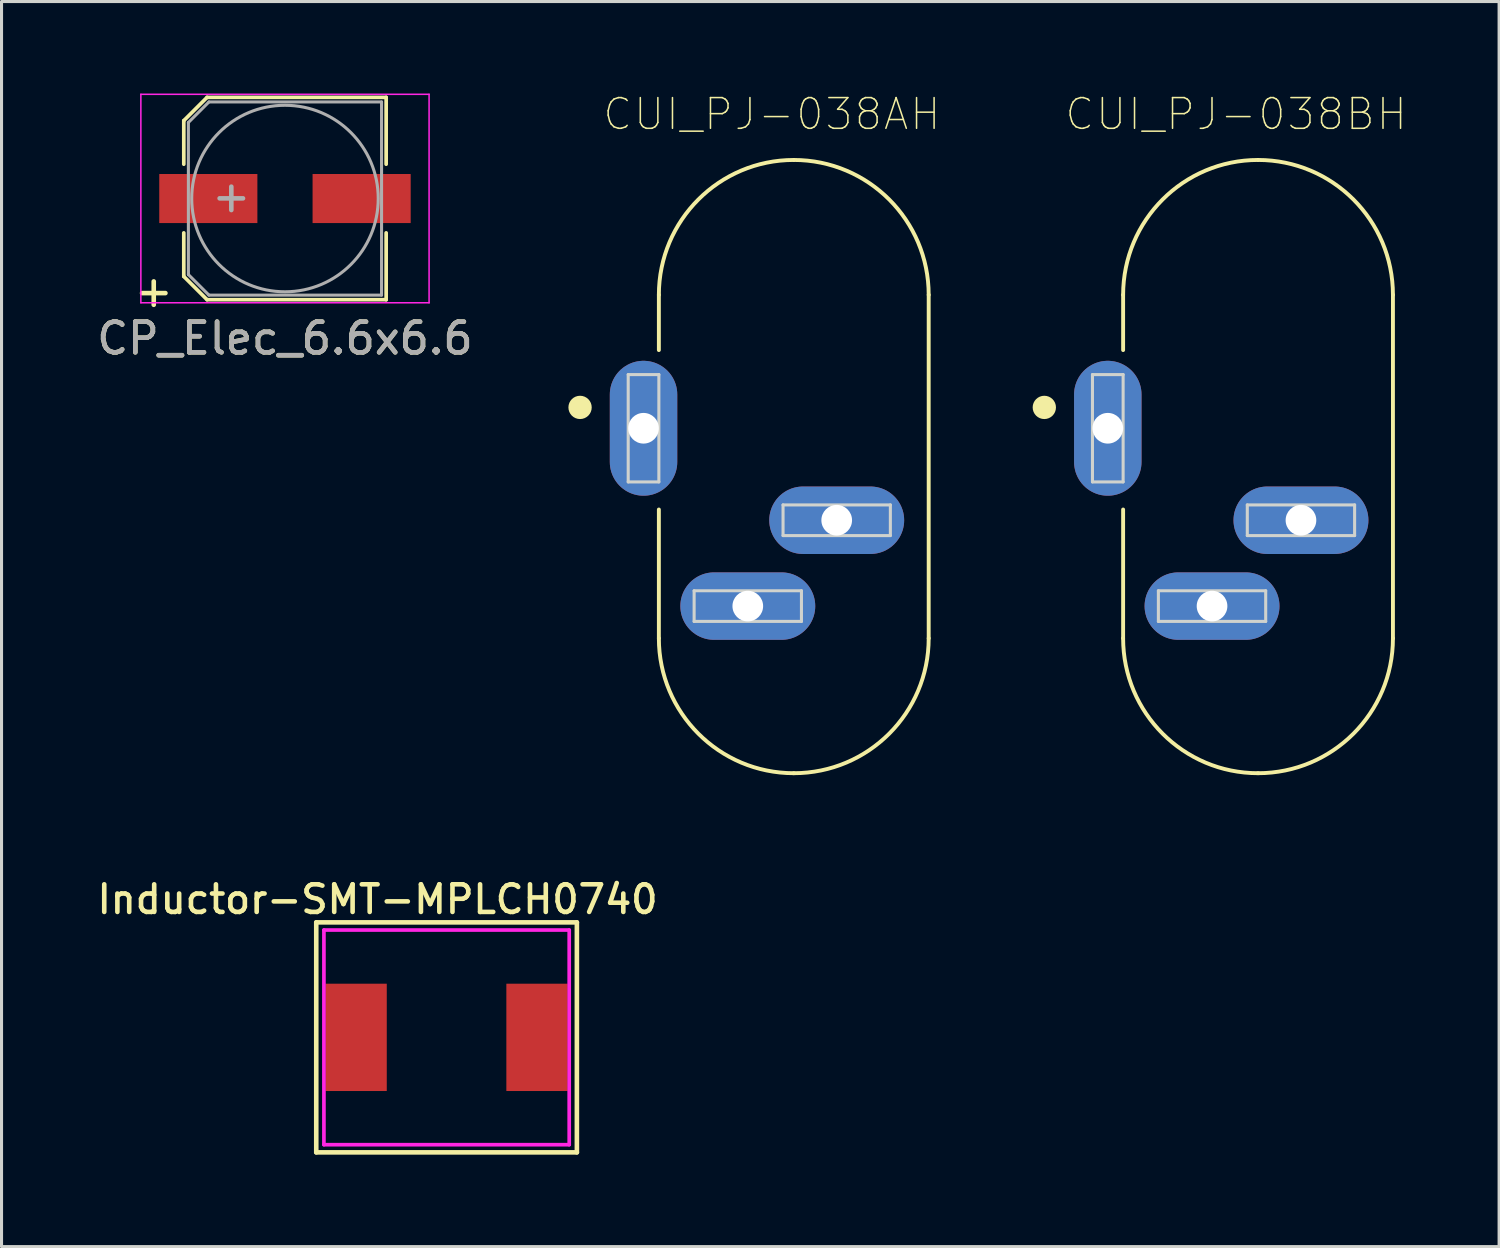
<source format=kicad_pcb>
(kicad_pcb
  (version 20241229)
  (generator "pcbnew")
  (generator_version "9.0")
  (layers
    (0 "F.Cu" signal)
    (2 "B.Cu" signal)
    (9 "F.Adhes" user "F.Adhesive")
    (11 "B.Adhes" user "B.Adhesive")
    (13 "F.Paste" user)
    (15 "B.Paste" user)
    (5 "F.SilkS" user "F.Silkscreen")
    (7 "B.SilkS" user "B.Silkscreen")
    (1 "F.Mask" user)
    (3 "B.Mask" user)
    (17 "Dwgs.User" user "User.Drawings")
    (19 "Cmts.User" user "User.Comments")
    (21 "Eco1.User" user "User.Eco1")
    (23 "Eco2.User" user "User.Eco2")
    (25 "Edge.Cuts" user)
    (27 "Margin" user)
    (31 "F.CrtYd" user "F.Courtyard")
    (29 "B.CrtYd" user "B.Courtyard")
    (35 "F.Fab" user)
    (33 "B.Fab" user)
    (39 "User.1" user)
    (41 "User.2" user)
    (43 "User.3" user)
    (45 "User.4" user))
  (footprint "CUI_PJ-038BH"
    (layer "F.Cu")
    (at 37.979 12.167)
    (property "Reference" "CUI_PJ-038BH" (at -0.715 -11.494 0) (layer "F.SilkS") (effects (font (size 1.001 1.001) (thickness 0.05))))
    (attr through_hole)
    (fp_line (start -4.4 -3.8) (end -4.4 -5.6) (stroke (width 0.127) (type solid)) (layer "F.SilkS"))
    (fp_line (start -4.4 5.6) (end -4.4 1.4) (stroke (width 0.127) (type solid)) (layer "F.SilkS"))
    (fp_line (start 4.4 -5.6) (end 4.4 5.6) (stroke (width 0.127) (type solid)) (layer "F.SilkS"))
    (fp_arc (start -4.4 -5.6) (mid -3.11127 -8.71127) (end 0 -10) (stroke (width 0.127) (type solid)) (layer "F.SilkS"))
    (fp_arc (start 0 -10) (mid 3.11127 -8.71127) (end 4.4 -5.6) (stroke (width 0.127) (type solid)) (layer "F.SilkS"))
    (fp_arc (start 0 10) (mid -3.11127 8.71127) (end -4.4 5.6) (stroke (width 0.127) (type solid)) (layer "F.SilkS"))
    (fp_arc (start 4.4 5.6) (mid 3.11127 8.71127) (end 0 10) (stroke (width 0.127) (type solid)) (layer "F.SilkS"))
    (fp_circle (center -6.97 -1.93) (end -6.78 -1.93) (stroke (width 0.38) (type solid)) (fill no) (layer "F.SilkS"))
    (fp_line (start -6.25 -3.7) (end -4.65 -3.7) (stroke (width 0.05) (type solid)) (layer "Eco1.User"))
    (fp_line (start -6.25 1.2) (end -6.25 -3.7) (stroke (width 0.05) (type solid)) (layer "Eco1.User"))
    (fp_line (start -4.65 -3.7) (end -4.65 -5.6) (stroke (width 0.05) (type solid)) (layer "Eco1.User"))
    (fp_line (start -4.65 1.2) (end -6.25 1.2) (stroke (width 0.05) (type solid)) (layer "Eco1.User"))
    (fp_line (start -4.65 5.65) (end -4.65 1.2) (stroke (width 0.05) (type solid)) (layer "Eco1.User"))
    (fp_line (start 4.65 -5.6) (end 4.65 5.65) (stroke (width 0.05) (type solid)) (layer "Eco1.User"))
    (fp_arc (start -4.65 -5.6) (mid -3.288047 -8.888047) (end 0 -10.25) (stroke (width 0.05) (type solid)) (layer "Eco1.User"))
    (fp_arc (start 0 -10.25) (mid 3.288047 -8.888047) (end 4.65 -5.6) (stroke (width 0.05) (type solid)) (layer "Eco1.User"))
    (fp_arc (start 0 10.3) (mid -3.288047 8.938047) (end -4.65 5.65) (stroke (width 0.05) (type solid)) (layer "Eco1.User"))
    (fp_arc (start 4.65 5.65) (mid 3.288047 8.938047) (end 0 10.3) (stroke (width 0.05) (type solid)) (layer "Eco1.User"))
    (fp_line (start -4.4 5.6) (end -4.4 -5.6) (stroke (width 0.127) (type solid)) (layer "Eco2.User"))
    (fp_line (start 4.4 -5.6) (end 4.4 5.6) (stroke (width 0.127) (type solid)) (layer "Eco2.User"))
    (fp_arc (start -4.4 -5.6) (mid -3.11127 -8.71127) (end 0 -10) (stroke (width 0.127) (type solid)) (layer "Eco2.User"))
    (fp_arc (start 0 -10) (mid 3.11127 -8.71127) (end 4.4 -5.6) (stroke (width 0.127) (type solid)) (layer "Eco2.User"))
    (fp_arc (start 0 10) (mid -3.11127 8.71127) (end -4.4 5.6) (stroke (width 0.127) (type solid)) (layer "Eco2.User"))
    (fp_arc (start 4.4 5.6) (mid 3.11127 8.71127) (end 0 10) (stroke (width 0.127) (type solid)) (layer "Eco2.User"))
    (fp_circle (center 0 -7.75) (end 1.25 -7.75) (stroke (width 0.127) (type solid)) (fill no) (layer "Eco2.User"))
    (fp_circle (center 0 -1.25) (end 1.25 -1.25) (stroke (width 0.127) (type solid)) (fill no) (layer "Eco2.User"))
    (fp_circle (center 0 -1.25) (end 1.6 -1.25) (stroke (width 0.127) (type solid)) (fill no) (layer "Eco2.User"))
    (fp_circle (center 0 -1.25) (end 3.1 -1.25) (stroke (width 0.127) (type solid)) (fill no) (layer "Eco2.User"))
    (fp_circle (center 0 7.75) (end 1.25 7.75) (stroke (width 0.127) (type solid)) (fill no) (layer "Eco2.User"))
    (fp_line (start -5.4 -3) (end -4.4 -3) (stroke (width 0.1) (type solid)) (layer "Edge.Cuts"))
    (fp_line (start -5.4 0.5) (end -5.4 -3) (stroke (width 0.1) (type solid)) (layer "Edge.Cuts"))
    (fp_line (start -4.4 -3) (end -4.4 0.5) (stroke (width 0.1) (type solid)) (layer "Edge.Cuts"))
    (fp_line (start -4.4 0.5) (end -5.4 0.5) (stroke (width 0.1) (type solid)) (layer "Edge.Cuts"))
    (fp_line (start -3.25 4.05) (end 0.25 4.05) (stroke (width 0.1) (type solid)) (layer "Edge.Cuts"))
    (fp_line (start -3.25 5.05) (end -3.25 4.05) (stroke (width 0.1) (type solid)) (layer "Edge.Cuts"))
    (fp_line (start -0.35 1.25) (end 3.15 1.25) (stroke (width 0.1) (type solid)) (layer "Edge.Cuts"))
    (fp_line (start -0.35 2.25) (end -0.35 1.25) (stroke (width 0.1) (type solid)) (layer "Edge.Cuts"))
    (fp_line (start 0.25 4.05) (end 0.25 5.05) (stroke (width 0.1) (type solid)) (layer "Edge.Cuts"))
    (fp_line (start 0.25 5.05) (end -3.25 5.05) (stroke (width 0.1) (type solid)) (layer "Edge.Cuts"))
    (fp_line (start 3.15 1.25) (end 3.15 2.25) (stroke (width 0.1) (type solid)) (layer "Edge.Cuts"))
    (fp_line (start 3.15 2.25) (end -0.35 2.25) (stroke (width 0.1) (type solid)) (layer "Edge.Cuts"))
    (pad "1" thru_hole oval (at -4.9 -1.25 90) (size 4.4 2.2) (drill 1) (layers "*.Cu" "*.Mask"))
    (pad "2" thru_hole oval (at -1.5 4.55 180) (size 4.4 2.2) (drill 1) (layers "*.Cu" "*.Mask"))
    (pad "3" thru_hole oval (at 1.4 1.75 180) (size 4.4 2.2) (drill 1) (layers "*.Cu" "*.Mask")))
  (footprint "Inductor-SMT-MPLCH0740"
    (layer "F.Cu")
    (at 11.514 30.782)
    (property "Reference" "Inductor-SMT-MPLCH0740" (at -2.25 -4.5 0) (layer "F.SilkS") (effects (font (size 0.9 0.9) (thickness 0.15))))
    (attr through_hole)
    (fp_line (start -4.25 -3.75) (end -4.25 3.75) (stroke (width 0.15) (type solid)) (layer "F.SilkS"))
    (fp_line (start -4.25 3.75) (end 4.25 3.75) (stroke (width 0.15) (type solid)) (layer "F.SilkS"))
    (fp_line (start 4.25 -3.75) (end -4.25 -3.75) (stroke (width 0.15) (type solid)) (layer "F.SilkS"))
    (fp_line (start 4.25 3.75) (end 4.25 -3.75) (stroke (width 0.15) (type solid)) (layer "F.SilkS"))
    (fp_line (start -4 -3.5) (end -4 3.5) (stroke (width 0.12) (type solid)) (layer "F.CrtYd"))
    (fp_line (start -4 3.5) (end 4 3.5) (stroke (width 0.12) (type solid)) (layer "F.CrtYd"))
    (fp_line (start 4 -3.5) (end -4 -3.5) (stroke (width 0.12) (type solid)) (layer "F.CrtYd"))
    (fp_line (start 4 3.5) (end 4 -3.5) (stroke (width 0.12) (type solid)) (layer "F.CrtYd"))
    (pad "1" smd rect (at -2.95 0) (size 2 3.5) (layers "F.Cu" "F.Mask" "F.Paste"))
    (pad "2" smd rect (at 2.95 0) (size 2 3.5) (layers "F.Cu" "F.Mask" "F.Paste")))
  (footprint "CP_Elec_6.6x6.6"
    (layer "F.Cu")
    (at 6.244 3.425)
    (property "Reference" "CP_Elec_6.6x6.6" (at 0 4.56 0) (layer "F.SilkS") (effects (font (size 1 1) (thickness 0.15))))
    (attr smd)
    (fp_line (start -3.3 -2.54) (end -3.3 -1.12) (stroke (width 0.12) (type solid)) (layer "F.SilkS"))
    (fp_line (start -3.3 -2.54) (end -2.54 -3.3) (stroke (width 0.12) (type solid)) (layer "F.SilkS"))
    (fp_line (start -3.3 2.54) (end -3.3 1.12) (stroke (width 0.12) (type solid)) (layer "F.SilkS"))
    (fp_line (start -2.54 -3.3) (end 3.3 -3.3) (stroke (width 0.12) (type solid)) (layer "F.SilkS"))
    (fp_line (start -2.54 3.3) (end -3.3 2.54) (stroke (width 0.12) (type solid)) (layer "F.SilkS"))
    (fp_line (start 3.3 -3.3) (end 3.3 -1.12) (stroke (width 0.12) (type solid)) (layer "F.SilkS"))
    (fp_line (start 3.3 3.3) (end -2.54 3.3) (stroke (width 0.12) (type solid)) (layer "F.SilkS"))
    (fp_line (start 3.3 3.3) (end 3.3 1.12) (stroke (width 0.12) (type solid)) (layer "F.SilkS"))
    (fp_line (start -4.7 -3.4) (end -4.7 3.4) (stroke (width 0.05) (type solid)) (layer "F.CrtYd"))
    (fp_line (start -4.7 -3.4) (end 4.7 -3.4) (stroke (width 0.05) (type solid)) (layer "F.CrtYd"))
    (fp_line (start 4.7 3.4) (end -4.7 3.4) (stroke (width 0.05) (type solid)) (layer "F.CrtYd"))
    (fp_line (start 4.7 3.4) (end 4.7 -3.4) (stroke (width 0.05) (type solid)) (layer "F.CrtYd"))
    (fp_line (start -3.15 -2.48) (end -3.15 2.48) (stroke (width 0.1) (type solid)) (layer "F.Fab"))
    (fp_line (start -3.15 2.48) (end -2.48 3.15) (stroke (width 0.1) (type solid)) (layer "F.Fab"))
    (fp_line (start -2.48 -3.15) (end -3.15 -2.48) (stroke (width 0.1) (type solid)) (layer "F.Fab"))
    (fp_line (start -2.48 3.15) (end 3.15 3.15) (stroke (width 0.1) (type solid)) (layer "F.Fab"))
    (fp_line (start 3.15 -3.15) (end -2.48 -3.15) (stroke (width 0.1) (type solid)) (layer "F.Fab"))
    (fp_line (start 3.15 3.15) (end 3.15 -3.15) (stroke (width 0.1) (type solid)) (layer "F.Fab"))
    (fp_circle (center 0 0) (end 0.5 3) (stroke (width 0.1) (type solid)) (fill no) (layer "F.Fab"))
    (fp_text user "+" (at -4.28 3.01 0) (layer "F.SilkS") (effects (font (size 1 1) (thickness 0.15))))
    (fp_text user "${REFERENCE}" (at 0 4.56 0) (layer "F.Fab") (effects (font (size 1 1) (thickness 0.15))))
    (fp_text user "+" (at -1.75 -0.08 0) (layer "F.Fab") (effects (font (size 1 1) (thickness 0.15))))
    (pad "1" smd rect (at -2.5 0 180) (size 3.2 1.6) (layers "F.Cu" "F.Mask" "F.Paste"))
    (pad "2" smd rect (at 2.5 0 180) (size 3.2 1.6) (layers "F.Cu" "F.Mask" "F.Paste")))
  (footprint "CUI_PJ-038AH"
    (layer "F.Cu")
    (at 22.838 12.167)
    (property "Reference" "CUI_PJ-038AH" (at -0.715 -11.494 0) (layer "F.SilkS") (effects (font (size 1.001 1.001) (thickness 0.05))))
    (attr through_hole)
    (fp_line (start -4.4 -3.8) (end -4.4 -5.6) (stroke (width 0.127) (type solid)) (layer "F.SilkS"))
    (fp_line (start -4.4 5.6) (end -4.4 1.4) (stroke (width 0.127) (type solid)) (layer "F.SilkS"))
    (fp_line (start 4.4 -5.6) (end 4.4 5.6) (stroke (width 0.127) (type solid)) (layer "F.SilkS"))
    (fp_arc (start -4.4 -5.6) (mid -3.11127 -8.71127) (end 0 -10) (stroke (width 0.127) (type solid)) (layer "F.SilkS"))
    (fp_arc (start 0 -10) (mid 3.11127 -8.71127) (end 4.4 -5.6) (stroke (width 0.127) (type solid)) (layer "F.SilkS"))
    (fp_arc (start 0 10) (mid -3.11127 8.71127) (end -4.4 5.6) (stroke (width 0.127) (type solid)) (layer "F.SilkS"))
    (fp_arc (start 4.4 5.6) (mid 3.11127 8.71127) (end 0 10) (stroke (width 0.127) (type solid)) (layer "F.SilkS"))
    (fp_circle (center -6.97 -1.93) (end -6.78 -1.93) (stroke (width 0.38) (type solid)) (fill no) (layer "F.SilkS"))
    (fp_line (start -6.25 -3.7) (end -4.65 -3.7) (stroke (width 0.05) (type solid)) (layer "Eco1.User"))
    (fp_line (start -6.25 1.2) (end -6.25 -3.7) (stroke (width 0.05) (type solid)) (layer "Eco1.User"))
    (fp_line (start -4.65 -3.7) (end -4.65 -5.6) (stroke (width 0.05) (type solid)) (layer "Eco1.User"))
    (fp_line (start -4.65 1.2) (end -6.25 1.2) (stroke (width 0.05) (type solid)) (layer "Eco1.User"))
    (fp_line (start -4.65 5.65) (end -4.65 1.2) (stroke (width 0.05) (type solid)) (layer "Eco1.User"))
    (fp_line (start 4.65 -5.6) (end 4.65 5.65) (stroke (width 0.05) (type solid)) (layer "Eco1.User"))
    (fp_arc (start -4.65 -5.6) (mid -3.288047 -8.888047) (end 0 -10.25) (stroke (width 0.05) (type solid)) (layer "Eco1.User"))
    (fp_arc (start 0 -10.25) (mid 3.288047 -8.888047) (end 4.65 -5.6) (stroke (width 0.05) (type solid)) (layer "Eco1.User"))
    (fp_arc (start 0 10.3) (mid -3.288047 8.938047) (end -4.65 5.65) (stroke (width 0.05) (type solid)) (layer "Eco1.User"))
    (fp_arc (start 4.65 5.65) (mid 3.288047 8.938047) (end 0 10.3) (stroke (width 0.05) (type solid)) (layer "Eco1.User"))
    (fp_line (start -4.4 5.6) (end -4.4 -5.6) (stroke (width 0.127) (type solid)) (layer "Eco2.User"))
    (fp_line (start 4.4 -5.6) (end 4.4 5.6) (stroke (width 0.127) (type solid)) (layer "Eco2.User"))
    (fp_arc (start -4.4 -5.6) (mid -3.11127 -8.71127) (end 0 -10) (stroke (width 0.127) (type solid)) (layer "Eco2.User"))
    (fp_arc (start 0 -10) (mid 3.11127 -8.71127) (end 4.4 -5.6) (stroke (width 0.127) (type solid)) (layer "Eco2.User"))
    (fp_arc (start 0 10) (mid -3.11127 8.71127) (end -4.4 5.6) (stroke (width 0.127) (type solid)) (layer "Eco2.User"))
    (fp_arc (start 4.4 5.6) (mid 3.11127 8.71127) (end 0 10) (stroke (width 0.127) (type solid)) (layer "Eco2.User"))
    (fp_circle (center 0 -7.75) (end 1.25 -7.75) (stroke (width 0.127) (type solid)) (fill no) (layer "Eco2.User"))
    (fp_circle (center 0 -1.25) (end 1.25 -1.25) (stroke (width 0.127) (type solid)) (fill no) (layer "Eco2.User"))
    (fp_circle (center 0 -1.25) (end 1.6 -1.25) (stroke (width 0.127) (type solid)) (fill no) (layer "Eco2.User"))
    (fp_circle (center 0 -1.25) (end 3.1 -1.25) (stroke (width 0.127) (type solid)) (fill no) (layer "Eco2.User"))
    (fp_circle (center 0 7.75) (end 1.25 7.75) (stroke (width 0.127) (type solid)) (fill no) (layer "Eco2.User"))
    (fp_line (start -5.4 -3) (end -4.4 -3) (stroke (width 0.1) (type solid)) (layer "Edge.Cuts"))
    (fp_line (start -5.4 0.5) (end -5.4 -3) (stroke (width 0.1) (type solid)) (layer "Edge.Cuts"))
    (fp_line (start -4.4 -3) (end -4.4 0.5) (stroke (width 0.1) (type solid)) (layer "Edge.Cuts"))
    (fp_line (start -4.4 0.5) (end -5.4 0.5) (stroke (width 0.1) (type solid)) (layer "Edge.Cuts"))
    (fp_line (start -3.25 4.05) (end 0.25 4.05) (stroke (width 0.1) (type solid)) (layer "Edge.Cuts"))
    (fp_line (start -3.25 5.05) (end -3.25 4.05) (stroke (width 0.1) (type solid)) (layer "Edge.Cuts"))
    (fp_line (start -0.35 1.25) (end 3.15 1.25) (stroke (width 0.1) (type solid)) (layer "Edge.Cuts"))
    (fp_line (start -0.35 2.25) (end -0.35 1.25) (stroke (width 0.1) (type solid)) (layer "Edge.Cuts"))
    (fp_line (start 0.25 4.05) (end 0.25 5.05) (stroke (width 0.1) (type solid)) (layer "Edge.Cuts"))
    (fp_line (start 0.25 5.05) (end -3.25 5.05) (stroke (width 0.1) (type solid)) (layer "Edge.Cuts"))
    (fp_line (start 3.15 1.25) (end 3.15 2.25) (stroke (width 0.1) (type solid)) (layer "Edge.Cuts"))
    (fp_line (start 3.15 2.25) (end -0.35 2.25) (stroke (width 0.1) (type solid)) (layer "Edge.Cuts"))
    (pad "1" thru_hole oval (at -4.9 -1.25 90) (size 4.4 2.2) (drill 1) (layers "*.Cu" "*.Mask"))
    (pad "2" thru_hole oval (at -1.5 4.55 180) (size 4.4 2.2) (drill 1) (layers "*.Cu" "*.Mask"))
    (pad "3" thru_hole oval (at 1.4 1.75 180) (size 4.4 2.2) (drill 1) (layers "*.Cu" "*.Mask")))
  (gr_rect
    (start -3 -3)
    (end 45.841 37.607)
    (stroke (width 0.1) (type default))
    (fill no)
    (layer "Edge.Cuts")))
</source>
